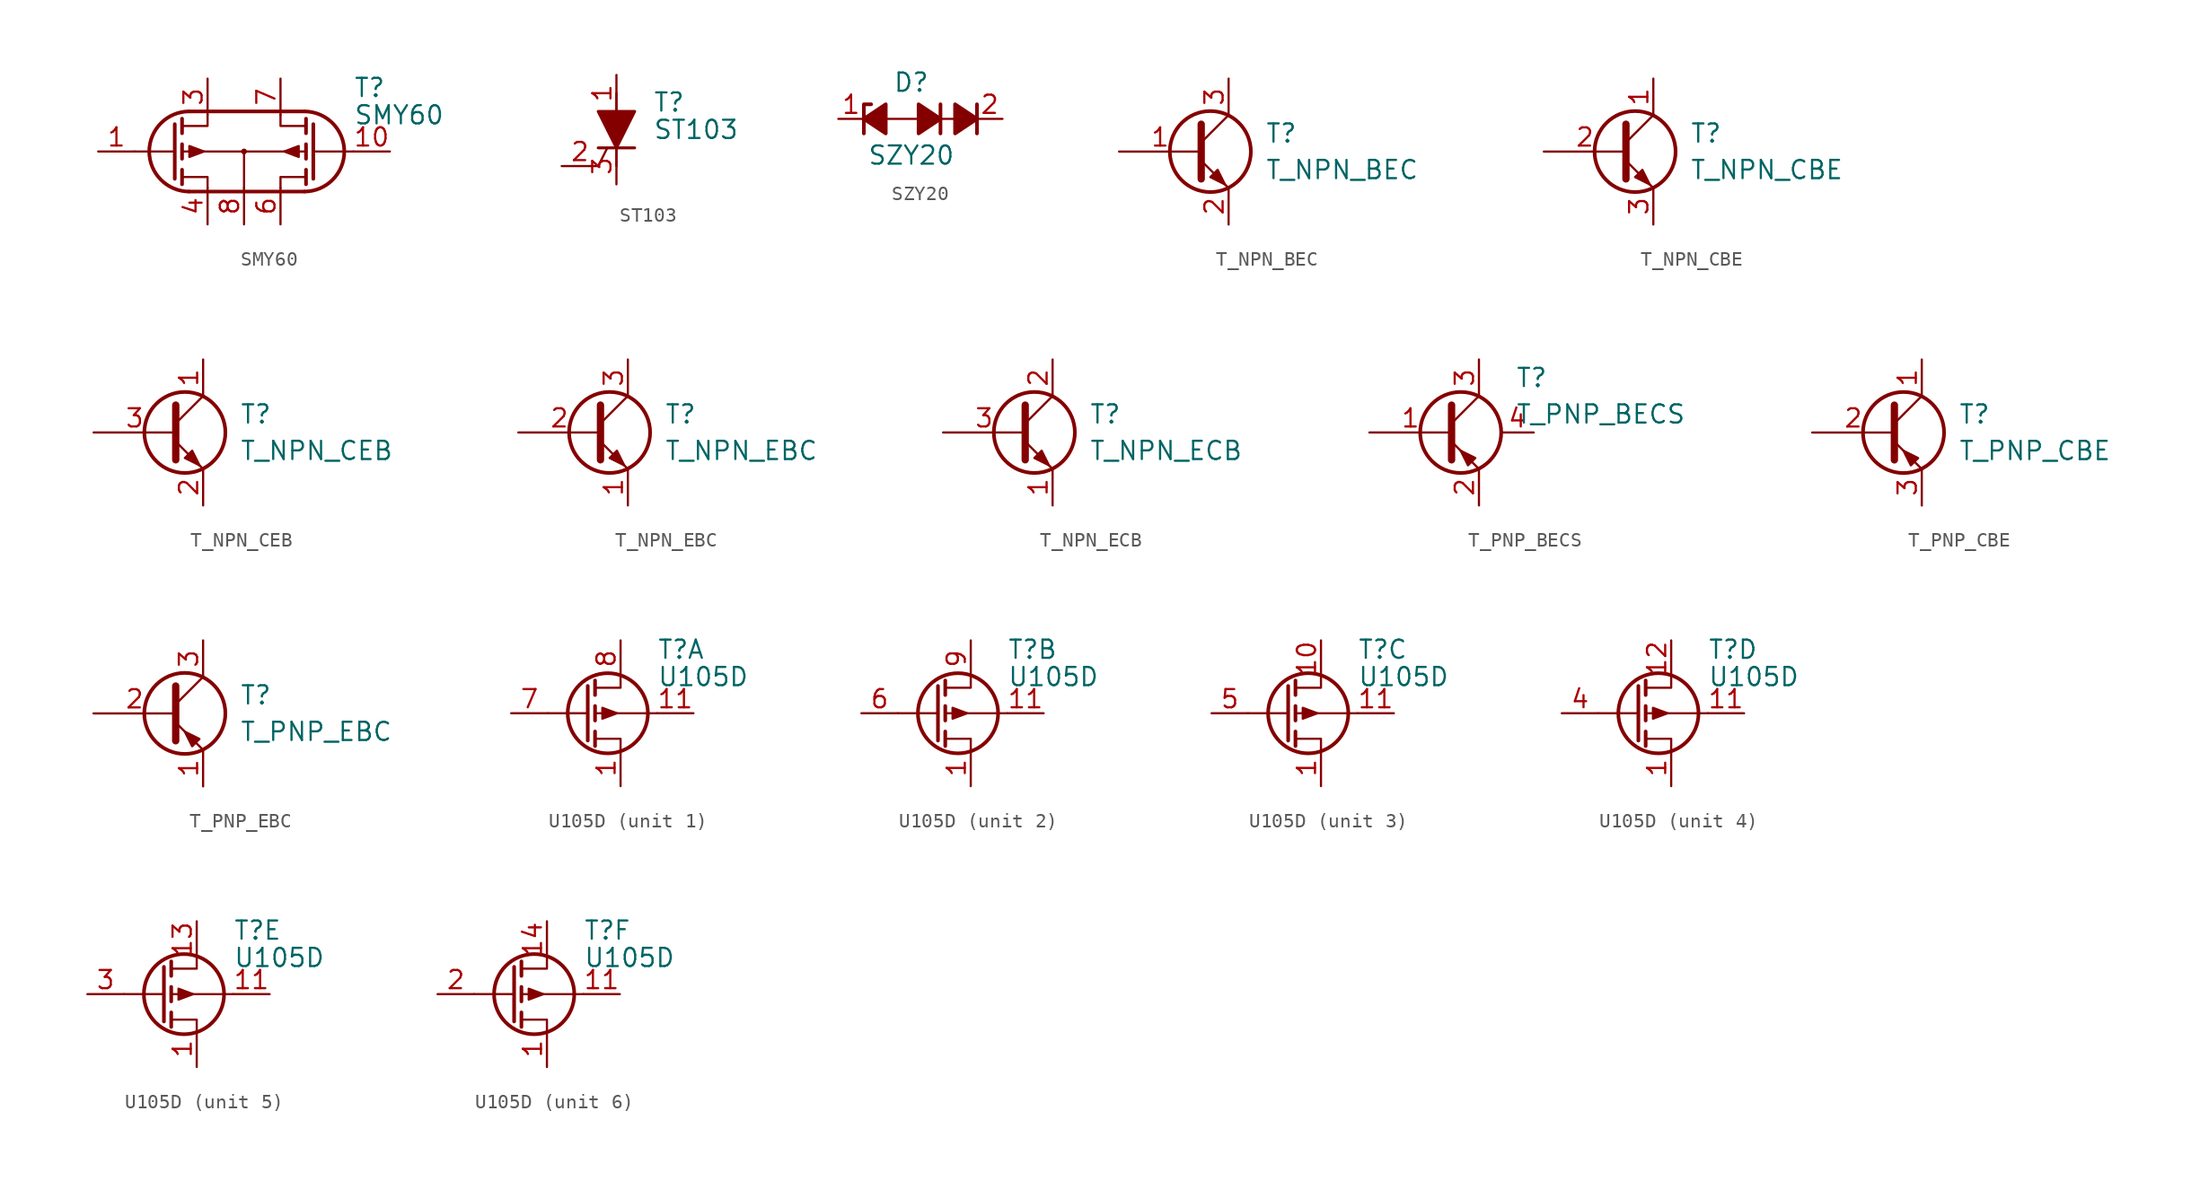
<source format=kicad_sym>
(kicad_symbol_lib
  (version 20241209)
  (generator "kicad_symbol_editor")
  (generator_version "9.0")
  (symbol "SMY60"
    (pin_names
      (hide yes))
    (property "Reference" "T"
      (at 5.08 4.445 0)
      (effects (font (size 1.27 1.27)) (justify left)))
    (property "Value" "SMY60"
      (at 5.08 2.54 0)
      (effects (font (size 1.27 1.27)) (justify left)))
    (symbol "SMY60_0_1"
      (polyline (pts (xy -7.366 1.905) (xy -7.366 -1.905)) (stroke (width 0.254) (type default)) (fill (type none)))
      (polyline (pts (xy -7.366 0) (xy -10.16 0)) (stroke (width 0) (type default)) (fill (type none)))
      (polyline (pts (xy -6.858 2.286) (xy -6.858 1.27)) (stroke (width 0.254) (type default)) (fill (type none)))
      (polyline (pts (xy -6.858 1.778) (xy -5.08 1.778) (xy -5.08 2.54)) (stroke (width 0) (type default)) (fill (type none)))
      (polyline (pts (xy -6.858 0.508) (xy -6.858 -0.508)) (stroke (width 0.254) (type default)) (fill (type none)))
      (polyline (pts (xy -6.858 -1.27) (xy -6.858 -2.286)) (stroke (width 0.254) (type default)) (fill (type none)))
      (polyline (pts (xy -6.35 2.794) (xy 1.651 2.794)) (stroke (width 0.254) (type default)) (fill (type none)))
      (arc (start -6.3736 -2.794) (mid -9.1441 0) (end -6.3736 2.794) (stroke (width 0.254) (type default)) (fill (type none)))
      (polyline (pts (xy -6.35 -2.794) (xy 1.651 -2.794)) (stroke (width 0.254) (type default)) (fill (type none)))
      (polyline (pts (xy -5.334 0) (xy -6.35 0.381) (xy -6.35 -0.381) (xy -5.334 0)) (stroke (width 0) (type default)) (fill (type outline)))
      (polyline (pts (xy -5.08 -2.54) (xy -5.08 -1.778) (xy -6.858 -1.778)) (stroke (width 0) (type default)) (fill (type none)))
      (circle (center -2.54 0) (radius 0.127) (stroke (width 0.152) (type default)) (fill (type none)))
      (polyline (pts (xy -2.54 0) (xy -6.858 0)) (stroke (width 0.152) (type default)) (fill (type none)))
      (polyline (pts (xy -2.54 0) (xy 1.778 0)) (stroke (width 0.152) (type default)) (fill (type none)))
      (polyline (pts (xy -2.54 -2.54) (xy -2.54 0)) (stroke (width 0) (type default)) (fill (type none)))
      (polyline (pts (xy 0 -2.54) (xy 0 -1.778) (xy 1.778 -1.778)) (stroke (width 0) (type default)) (fill (type none)))
      (polyline (pts (xy 0.254 0) (xy 1.27 0.381) (xy 1.27 -0.381) (xy 0.254 0)) (stroke (width 0) (type default)) (fill (type outline)))
      (arc (start 1.6746 2.794) (mid 4.4451 0) (end 1.6746 -2.794) (stroke (width 0.254) (type default)) (fill (type none)))
      (polyline (pts (xy 1.778 2.286) (xy 1.778 1.27)) (stroke (width 0.254) (type default)) (fill (type none)))
      (polyline (pts (xy 1.778 1.778) (xy 0 1.778) (xy 0 2.54)) (stroke (width 0) (type default)) (fill (type none)))
      (polyline (pts (xy 1.778 0.508) (xy 1.778 -0.508)) (stroke (width 0.254) (type default)) (fill (type none)))
      (polyline (pts (xy 1.778 -1.27) (xy 1.778 -2.286)) (stroke (width 0.254) (type default)) (fill (type none)))
      (polyline (pts (xy 2.286 1.905) (xy 2.286 -1.905)) (stroke (width 0.254) (type default)) (fill (type none)))
      (polyline (pts (xy 2.286 0) (xy 5.08 0)) (stroke (width 0) (type default)) (fill (type none))))
    (symbol "SMY60_1_1"
      (pin input line (at -12.7 0 0) (length 2.54) (name "G1" (effects (font (size 1.27 1.27)))) (number "1" (effects (font (size 1.27 1.27)))))
      (pin passive line (at -5.08 5.08 270) (length 2.54) (name "D1" (effects (font (size 1.27 1.27)))) (number "3" (effects (font (size 1.27 1.27)))))
      (pin passive line (at -5.08 -5.08 90) (length 2.54) (name "S1" (effects (font (size 1.27 1.27)))) (number "4" (effects (font (size 1.27 1.27)))))
      (pin passive line (at -2.54 -5.08 90) (length 2.54) (name "Bulk" (effects (font (size 1.27 1.27)))) (number "8" (effects (font (size 1.27 1.27)))))
      (pin passive line (at 0 5.08 270) (length 2.54) (name "D2" (effects (font (size 1.27 1.27)))) (number "7" (effects (font (size 1.27 1.27)))))
      (pin passive line (at 0 -5.08 90) (length 2.54) (name "S2" (effects (font (size 1.27 1.27)))) (number "6" (effects (font (size 1.27 1.27)))))
      (pin passive line (at 7.62 0 180) (length 2.54) (name "G2" (effects (font (size 1.27 1.27)))) (number "10" (effects (font (size 1.27 1.27)))))))
  (symbol "ST103"
    (pin_names
      (offset 0)
      (hide yes))
    (property "Reference" "T"
      (at 2.54 1.905 0)
      (effects (font (size 1.27 1.27)) (justify left)))
    (property "Value" "ST103"
      (at 2.54 0 0)
      (effects (font (size 1.27 1.27)) (justify left)))
    (symbol "ST103_0_1"
      (polyline (pts (xy -1.27 1.27) (xy 1.27 1.27) (xy 0 -1.27) (xy -1.27 1.27)) (stroke (width 0.203) (type default)) (fill (type outline)))
      (polyline (pts (xy -1.27 -1.27) (xy 1.27 -1.27)) (stroke (width 0.203) (type default)) (fill (type none)))
      (polyline (pts (xy -1.27 -2.54) (xy -0.635 -1.27)) (stroke (width 0) (type default)) (fill (type none)))
      (polyline (pts (xy 0 -2.54) (xy 0 2.54)) (stroke (width 0) (type default)) (fill (type none))))
    (symbol "ST103_1_1"
      (pin input line (at -3.81 -2.54 0) (length 2.54) (name "G" (effects (font (size 1.27 1.27)))) (number "2" (effects (font (size 1.27 1.27)))))
      (pin passive line (at 0 3.81 270) (length 2.54) (name "A" (effects (font (size 1.27 1.27)))) (number "1" (effects (font (size 1.27 1.27)))))
      (pin passive line (at 0 -3.81 90) (length 2.54) (name "K" (effects (font (size 1.27 1.27)))) (number "3" (effects (font (size 1.27 1.27)))))))
  (symbol "SZY20"
    (pin_names
      (hide yes))
    (property "Reference" "D"
      (at 0 2.54 0)
      (effects (font (size 1.27 1.27))))
    (property "Value" "SZY20"
      (at 0 -2.54 0)
      (effects (font (size 1.27 1.27))))
    (symbol "SZY20_0_1"
      (polyline (pts (xy -2.794 1.016) (xy -3.302 1.016) (xy -3.302 -1.016)) (stroke (width 0.254) (type default)) (fill (type none)))
      (polyline (pts (xy -1.778 1.016) (xy -3.302 0) (xy -1.778 -1.016) (xy -1.778 1.016)) (stroke (width 0.254) (type default)) (fill (type outline)))
      (polyline (pts (xy -1.778 0) (xy -3.302 0)) (stroke (width 0) (type default)) (fill (type none)))
      (polyline (pts (xy 0.508 0) (xy 2.032 0)) (stroke (width 0) (type default)) (fill (type none)))
      (polyline (pts (xy 0.508 -1.016) (xy 2.032 0) (xy 0.508 1.016) (xy 0.508 -1.016)) (stroke (width 0.254) (type default)) (fill (type outline)))
      (polyline (pts (xy 2.032 -1.016) (xy 2.032 1.016)) (stroke (width 0.254) (type default)) (fill (type none)))
      (polyline (pts (xy 3.048 0) (xy -1.778 0)) (stroke (width 0.152) (type default)) (fill (type none)))
      (polyline (pts (xy 3.048 0) (xy 4.572 0)) (stroke (width 0) (type default)) (fill (type none)))
      (polyline (pts (xy 3.048 -1.016) (xy 4.572 0) (xy 3.048 1.016) (xy 3.048 -1.016)) (stroke (width 0.254) (type default)) (fill (type outline)))
      (polyline (pts (xy 4.572 -1.016) (xy 4.572 1.016)) (stroke (width 0.254) (type default)) (fill (type none))))
    (symbol "SZY20_1_1"
      (pin passive line (at -5.08 0 0) (length 1.778) (name "K" (effects (font (size 1.27 1.27)))) (number "1" (effects (font (size 1.27 1.27)))))
      (pin passive line (at 6.35 0 180) (length 1.778) (name "A" (effects (font (size 1.27 1.27)))) (number "2" (effects (font (size 1.27 1.27)))))))
  (symbol "T_NPN_BEC"
    (pin_names
      (offset 0)
      (hide yes))
    (property "Reference" "T"
      (at 5.08 1.27 0)
      (effects (font (size 1.27 1.27)) (justify left)))
    (property "Value" "T_NPN_BEC"
      (at 5.08 -1.27 0)
      (effects (font (size 1.27 1.27)) (justify left)))
    (symbol "T_NPN_BEC_0_1"
      (polyline (pts (xy 0.635 1.905) (xy 0.635 -1.905) (xy 0.635 -1.905)) (stroke (width 0.508) (type default)) (fill (type none)))
      (polyline (pts (xy 0.635 0.635) (xy 2.54 2.54)) (stroke (width 0) (type default)) (fill (type none)))
      (polyline (pts (xy 0.635 -0.635) (xy 2.54 -2.54) (xy 2.54 -2.54)) (stroke (width 0) (type default)) (fill (type none)))
      (circle (center 1.27 0) (radius 2.819) (stroke (width 0.254) (type default)) (fill (type none)))
      (polyline (pts (xy 1.27 -1.778) (xy 1.778 -1.27) (xy 2.286 -2.286) (xy 1.27 -1.778) (xy 1.27 -1.778)) (stroke (width 0) (type default)) (fill (type outline))))
    (symbol "T_NPN_BEC_1_1"
      (pin passive line (at -5.08 0 0) (length 5.715) (name "B" (effects (font (size 1.27 1.27)))) (number "1" (effects (font (size 1.27 1.27)))))
      (pin passive line (at 2.54 5.08 270) (length 2.54) (name "C" (effects (font (size 1.27 1.27)))) (number "3" (effects (font (size 1.27 1.27)))))
      (pin passive line (at 2.54 -5.08 90) (length 2.54) (name "E" (effects (font (size 1.27 1.27)))) (number "2" (effects (font (size 1.27 1.27)))))))
  (symbol "T_NPN_CBE"
    (pin_names
      (offset 0)
      (hide yes))
    (property "Reference" "T"
      (at 5.08 1.27 0)
      (effects (font (size 1.27 1.27)) (justify left)))
    (property "Value" "T_NPN_CBE"
      (at 5.08 -1.27 0)
      (effects (font (size 1.27 1.27)) (justify left)))
    (symbol "T_NPN_CBE_0_1"
      (polyline (pts (xy 0.635 1.905) (xy 0.635 -1.905) (xy 0.635 -1.905)) (stroke (width 0.508) (type default)) (fill (type none)))
      (polyline (pts (xy 0.635 0.635) (xy 2.54 2.54)) (stroke (width 0) (type default)) (fill (type none)))
      (polyline (pts (xy 0.635 -0.635) (xy 2.54 -2.54) (xy 2.54 -2.54)) (stroke (width 0) (type default)) (fill (type none)))
      (circle (center 1.27 0) (radius 2.819) (stroke (width 0.254) (type default)) (fill (type none)))
      (polyline (pts (xy 1.27 -1.778) (xy 1.778 -1.27) (xy 2.286 -2.286) (xy 1.27 -1.778) (xy 1.27 -1.778)) (stroke (width 0) (type default)) (fill (type outline))))
    (symbol "T_NPN_CBE_1_1"
      (pin input line (at -5.08 0 0) (length 5.715) (name "B" (effects (font (size 1.27 1.27)))) (number "2" (effects (font (size 1.27 1.27)))))
      (pin passive line (at 2.54 5.08 270) (length 2.54) (name "C" (effects (font (size 1.27 1.27)))) (number "1" (effects (font (size 1.27 1.27)))))
      (pin passive line (at 2.54 -5.08 90) (length 2.54) (name "E" (effects (font (size 1.27 1.27)))) (number "3" (effects (font (size 1.27 1.27)))))))
  (symbol "T_NPN_CEB"
    (pin_names
      (offset 0)
      (hide yes))
    (property "Reference" "T"
      (at 5.08 1.27 0)
      (effects (font (size 1.27 1.27)) (justify left)))
    (property "Value" "T_NPN_CEB"
      (at 5.08 -1.27 0)
      (effects (font (size 1.27 1.27)) (justify left)))
    (symbol "T_NPN_CEB_0_1"
      (polyline (pts (xy 0.635 1.905) (xy 0.635 -1.905) (xy 0.635 -1.905)) (stroke (width 0.508) (type default)) (fill (type none)))
      (polyline (pts (xy 0.635 0.635) (xy 2.54 2.54)) (stroke (width 0) (type default)) (fill (type none)))
      (polyline (pts (xy 0.635 -0.635) (xy 2.54 -2.54) (xy 2.54 -2.54)) (stroke (width 0) (type default)) (fill (type none)))
      (circle (center 1.27 0) (radius 2.819) (stroke (width 0.254) (type default)) (fill (type none)))
      (polyline (pts (xy 1.27 -1.778) (xy 1.778 -1.27) (xy 2.286 -2.286) (xy 1.27 -1.778) (xy 1.27 -1.778)) (stroke (width 0) (type default)) (fill (type outline))))
    (symbol "T_NPN_CEB_1_1"
      (pin input line (at -5.08 0 0) (length 5.715) (name "B" (effects (font (size 1.27 1.27)))) (number "3" (effects (font (size 1.27 1.27)))))
      (pin passive line (at 2.54 5.08 270) (length 2.54) (name "C" (effects (font (size 1.27 1.27)))) (number "1" (effects (font (size 1.27 1.27)))))
      (pin passive line (at 2.54 -5.08 90) (length 2.54) (name "E" (effects (font (size 1.27 1.27)))) (number "2" (effects (font (size 1.27 1.27)))))))
  (symbol "T_NPN_EBC"
    (pin_names
      (offset 0)
      (hide yes))
    (property "Reference" "T"
      (at 5.08 1.27 0)
      (effects (font (size 1.27 1.27)) (justify left)))
    (property "Value" "T_NPN_EBC"
      (at 5.08 -1.27 0)
      (effects (font (size 1.27 1.27)) (justify left)))
    (symbol "T_NPN_EBC_0_1"
      (polyline (pts (xy 0.635 1.905) (xy 0.635 -1.905) (xy 0.635 -1.905)) (stroke (width 0.508) (type default)) (fill (type none)))
      (polyline (pts (xy 0.635 0.635) (xy 2.54 2.54)) (stroke (width 0) (type default)) (fill (type none)))
      (polyline (pts (xy 0.635 -0.635) (xy 2.54 -2.54) (xy 2.54 -2.54)) (stroke (width 0) (type default)) (fill (type none)))
      (circle (center 1.27 0) (radius 2.819) (stroke (width 0.254) (type default)) (fill (type none)))
      (polyline (pts (xy 1.27 -1.778) (xy 1.778 -1.27) (xy 2.286 -2.286) (xy 1.27 -1.778) (xy 1.27 -1.778)) (stroke (width 0) (type default)) (fill (type outline))))
    (symbol "T_NPN_EBC_1_1"
      (pin passive line (at -5.08 0 0) (length 5.715) (name "B" (effects (font (size 1.27 1.27)))) (number "2" (effects (font (size 1.27 1.27)))))
      (pin passive line (at 2.54 5.08 270) (length 2.54) (name "C" (effects (font (size 1.27 1.27)))) (number "3" (effects (font (size 1.27 1.27)))))
      (pin passive line (at 2.54 -5.08 90) (length 2.54) (name "E" (effects (font (size 1.27 1.27)))) (number "1" (effects (font (size 1.27 1.27)))))))
  (symbol "T_NPN_ECB"
    (pin_names
      (offset 0)
      (hide yes))
    (property "Reference" "T"
      (at 5.08 1.27 0)
      (effects (font (size 1.27 1.27)) (justify left)))
    (property "Value" "T_NPN_ECB"
      (at 5.08 -1.27 0)
      (effects (font (size 1.27 1.27)) (justify left)))
    (symbol "T_NPN_ECB_0_1"
      (polyline (pts (xy 0.635 1.905) (xy 0.635 -1.905) (xy 0.635 -1.905)) (stroke (width 0.508) (type default)) (fill (type none)))
      (polyline (pts (xy 0.635 0.635) (xy 2.54 2.54)) (stroke (width 0) (type default)) (fill (type none)))
      (polyline (pts (xy 0.635 -0.635) (xy 2.54 -2.54) (xy 2.54 -2.54)) (stroke (width 0) (type default)) (fill (type none)))
      (circle (center 1.27 0) (radius 2.819) (stroke (width 0.254) (type default)) (fill (type none)))
      (polyline (pts (xy 1.27 -1.778) (xy 1.778 -1.27) (xy 2.286 -2.286) (xy 1.27 -1.778) (xy 1.27 -1.778)) (stroke (width 0) (type default)) (fill (type outline))))
    (symbol "T_NPN_ECB_1_1"
      (pin passive line (at -5.08 0 0) (length 5.715) (name "B" (effects (font (size 1.27 1.27)))) (number "3" (effects (font (size 1.27 1.27)))))
      (pin passive line (at 2.54 5.08 270) (length 2.54) (name "C" (effects (font (size 1.27 1.27)))) (number "2" (effects (font (size 1.27 1.27)))))
      (pin passive line (at 2.54 -5.08 90) (length 2.54) (name "E" (effects (font (size 1.27 1.27)))) (number "1" (effects (font (size 1.27 1.27)))))))
  (symbol "T_PNP_BECS"
    (pin_names
      (offset 0)
      (hide yes))
    (property "Reference" "T"
      (at 5.08 3.81 0)
      (effects (font (size 1.27 1.27)) (justify left)))
    (property "Value" "T_PNP_BECS"
      (at 5.08 1.27 0)
      (effects (font (size 1.27 1.27)) (justify left)))
    (symbol "T_PNP_BECS_0_1"
      (polyline (pts (xy 0.635 1.905) (xy 0.635 -1.905) (xy 0.635 -1.905)) (stroke (width 0.508) (type default)) (fill (type none)))
      (polyline (pts (xy 0.635 0.635) (xy 2.54 2.54)) (stroke (width 0) (type default)) (fill (type none)))
      (polyline (pts (xy 0.635 -0.635) (xy 2.54 -2.54) (xy 2.54 -2.54)) (stroke (width 0) (type default)) (fill (type none)))
      (circle (center 1.27 0) (radius 2.819) (stroke (width 0.254) (type default)) (fill (type none)))
      (polyline (pts (xy 2.286 -1.778) (xy 1.778 -2.286) (xy 1.27 -1.27) (xy 2.286 -1.778) (xy 2.286 -1.778)) (stroke (width 0) (type default)) (fill (type outline))))
    (symbol "T_PNP_BECS_1_1"
      (pin input line (at -5.08 0 0) (length 5.715) (name "B" (effects (font (size 1.27 1.27)))) (number "1" (effects (font (size 1.27 1.27)))))
      (pin passive line (at 2.54 5.08 270) (length 2.54) (name "C" (effects (font (size 1.27 1.27)))) (number "3" (effects (font (size 1.27 1.27)))))
      (pin passive line (at 2.54 -5.08 90) (length 2.54) (name "E" (effects (font (size 1.27 1.27)))) (number "2" (effects (font (size 1.27 1.27)))))
      (pin passive line (at 6.35 0 180) (length 2.286) (name "S" (effects (font (size 1.27 1.27)))) (number "4" (effects (font (size 1.27 1.27)))))))
  (symbol "T_PNP_CBE"
    (pin_names
      (offset 0)
      (hide yes))
    (property "Reference" "T"
      (at 5.08 1.27 0)
      (effects (font (size 1.27 1.27)) (justify left)))
    (property "Value" "T_PNP_CBE"
      (at 5.08 -1.27 0)
      (effects (font (size 1.27 1.27)) (justify left)))
    (symbol "T_PNP_CBE_0_1"
      (polyline (pts (xy 0.635 1.905) (xy 0.635 -1.905) (xy 0.635 -1.905)) (stroke (width 0.508) (type default)) (fill (type none)))
      (polyline (pts (xy 0.635 0.635) (xy 2.54 2.54)) (stroke (width 0) (type default)) (fill (type none)))
      (polyline (pts (xy 0.635 -0.635) (xy 2.54 -2.54) (xy 2.54 -2.54)) (stroke (width 0) (type default)) (fill (type none)))
      (circle (center 1.27 0) (radius 2.819) (stroke (width 0.254) (type default)) (fill (type none)))
      (polyline (pts (xy 2.286 -1.778) (xy 1.778 -2.286) (xy 1.27 -1.27) (xy 2.286 -1.778) (xy 2.286 -1.778)) (stroke (width 0) (type default)) (fill (type outline))))
    (symbol "T_PNP_CBE_1_1"
      (pin input line (at -5.08 0 0) (length 5.715) (name "B" (effects (font (size 1.27 1.27)))) (number "2" (effects (font (size 1.27 1.27)))))
      (pin passive line (at 2.54 5.08 270) (length 2.54) (name "C" (effects (font (size 1.27 1.27)))) (number "1" (effects (font (size 1.27 1.27)))))
      (pin passive line (at 2.54 -5.08 90) (length 2.54) (name "E" (effects (font (size 1.27 1.27)))) (number "3" (effects (font (size 1.27 1.27)))))))
  (symbol "T_PNP_EBC"
    (pin_names
      (offset 0)
      (hide yes))
    (property "Reference" "T"
      (at 5.08 1.27 0)
      (effects (font (size 1.27 1.27)) (justify left)))
    (property "Value" "T_PNP_EBC"
      (at 5.08 -1.27 0)
      (effects (font (size 1.27 1.27)) (justify left)))
    (symbol "T_PNP_EBC_0_1"
      (polyline (pts (xy 0.635 1.905) (xy 0.635 -1.905) (xy 0.635 -1.905)) (stroke (width 0.508) (type default)) (fill (type none)))
      (polyline (pts (xy 0.635 0.635) (xy 2.54 2.54)) (stroke (width 0) (type default)) (fill (type none)))
      (polyline (pts (xy 0.635 -0.635) (xy 2.54 -2.54) (xy 2.54 -2.54)) (stroke (width 0) (type default)) (fill (type none)))
      (circle (center 1.27 0) (radius 2.819) (stroke (width 0.254) (type default)) (fill (type none)))
      (polyline (pts (xy 2.286 -1.778) (xy 1.778 -2.286) (xy 1.27 -1.27) (xy 2.286 -1.778) (xy 2.286 -1.778)) (stroke (width 0) (type default)) (fill (type outline))))
    (symbol "T_PNP_EBC_1_1"
      (pin input line (at -5.08 0 0) (length 5.715) (name "B" (effects (font (size 1.27 1.27)))) (number "2" (effects (font (size 1.27 1.27)))))
      (pin passive line (at 2.54 5.08 270) (length 2.54) (name "C" (effects (font (size 1.27 1.27)))) (number "3" (effects (font (size 1.27 1.27)))))
      (pin passive line (at 2.54 -5.08 90) (length 2.54) (name "E" (effects (font (size 1.27 1.27)))) (number "1" (effects (font (size 1.27 1.27)))))))
  (symbol "U105D"
    (pin_names
      (hide yes))
    (property "Reference" "T"
      (at 5.08 4.445 0)
      (effects (font (size 1.27 1.27)) (justify left)))
    (property "Value" "U105D"
      (at 5.08 2.54 0)
      (effects (font (size 1.27 1.27)) (justify left)))
    (symbol "U105D_0_1"
      (polyline (pts (xy 0.254 1.905) (xy 0.254 -1.905)) (stroke (width 0.254) (type default)) (fill (type none)))
      (polyline (pts (xy 0.254 0) (xy -2.54 0)) (stroke (width 0) (type default)) (fill (type none)))
      (polyline (pts (xy 0.762 2.286) (xy 0.762 1.27)) (stroke (width 0.254) (type default)) (fill (type none)))
      (polyline (pts (xy 0.762 1.778) (xy 2.54 1.778) (xy 2.54 2.54)) (stroke (width 0) (type default)) (fill (type none)))
      (polyline (pts (xy 0.762 0.508) (xy 0.762 -0.508)) (stroke (width 0.254) (type default)) (fill (type none)))
      (polyline (pts (xy 0.762 -1.27) (xy 0.762 -2.286)) (stroke (width 0.254) (type default)) (fill (type none)))
      (circle (center 1.651 0) (radius 2.794) (stroke (width 0.254) (type default)) (fill (type none)))
      (polyline (pts (xy 2.286 0) (xy 1.27 0.381) (xy 1.27 -0.381) (xy 2.286 0)) (stroke (width 0) (type default)) (fill (type outline)))
      (polyline (pts (xy 2.54 -2.54) (xy 2.54 -1.778) (xy 0.762 -1.778)) (stroke (width 0) (type default)) (fill (type none)))
      (polyline (pts (xy 5.08 0) (xy 0.762 0)) (stroke (width 0.152) (type default)) (fill (type none)))
      (pin passive line (at 2.54 -5.08 90) (length 2.54) (name "S" (effects (font (size 1.27 1.27)))) (number "1" (effects (font (size 1.27 1.27)))))
      (pin passive line (at 7.62 0 180) (length 2.54) (name "Bulk" (effects (font (size 1.27 1.27)))) (number "11" (effects (font (size 1.27 1.27))))))
    (symbol "U105D_1_1"
      (pin input line (at -5.08 0 0) (length 2.54) (name "G1" (effects (font (size 1.27 1.27)))) (number "7" (effects (font (size 1.27 1.27)))))
      (pin passive line (at 2.54 5.08 270) (length 2.54) (name "D1" (effects (font (size 1.27 1.27)))) (number "8" (effects (font (size 1.27 1.27))))))
    (symbol "U105D_2_1"
      (pin input line (at -5.08 0 0) (length 2.54) (name "G2" (effects (font (size 1.27 1.27)))) (number "6" (effects (font (size 1.27 1.27)))))
      (pin passive line (at 2.54 5.08 270) (length 2.54) (name "D2" (effects (font (size 1.27 1.27)))) (number "9" (effects (font (size 1.27 1.27))))))
    (symbol "U105D_3_1"
      (pin input line (at -5.08 0 0) (length 2.54) (name "G3" (effects (font (size 1.27 1.27)))) (number "5" (effects (font (size 1.27 1.27)))))
      (pin passive line (at 2.54 5.08 270) (length 2.54) (name "D3" (effects (font (size 1.27 1.27)))) (number "10" (effects (font (size 1.27 1.27))))))
    (symbol "U105D_4_1"
      (pin input line (at -5.08 0 0) (length 2.54) (name "G4" (effects (font (size 1.27 1.27)))) (number "4" (effects (font (size 1.27 1.27)))))
      (pin passive line (at 2.54 5.08 270) (length 2.54) (name "D4" (effects (font (size 1.27 1.27)))) (number "12" (effects (font (size 1.27 1.27))))))
    (symbol "U105D_5_1"
      (pin input line (at -5.08 0 0) (length 2.54) (name "G5" (effects (font (size 1.27 1.27)))) (number "3" (effects (font (size 1.27 1.27)))))
      (pin passive line (at 2.54 5.08 270) (length 2.54) (name "D5" (effects (font (size 1.27 1.27)))) (number "13" (effects (font (size 1.27 1.27))))))
    (symbol "U105D_6_1"
      (pin input line (at -5.08 0 0) (length 2.54) (name "G6" (effects (font (size 1.27 1.27)))) (number "2" (effects (font (size 1.27 1.27)))))
      (pin passive line (at 2.54 5.08 270) (length 2.54) (name "D6" (effects (font (size 1.27 1.27)))) (number "14" (effects (font (size 1.27 1.27))))))))
</source>
